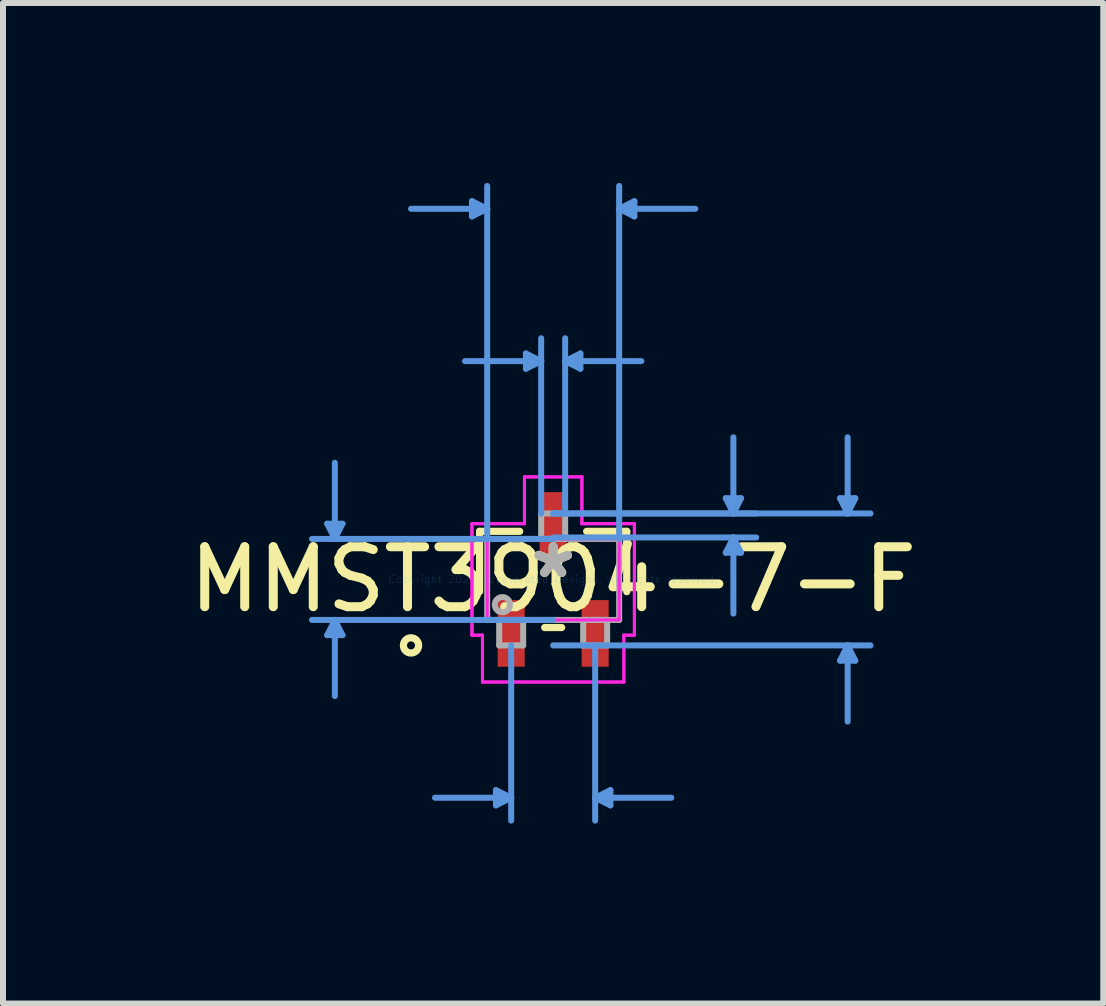
<source format=kicad_pcb>
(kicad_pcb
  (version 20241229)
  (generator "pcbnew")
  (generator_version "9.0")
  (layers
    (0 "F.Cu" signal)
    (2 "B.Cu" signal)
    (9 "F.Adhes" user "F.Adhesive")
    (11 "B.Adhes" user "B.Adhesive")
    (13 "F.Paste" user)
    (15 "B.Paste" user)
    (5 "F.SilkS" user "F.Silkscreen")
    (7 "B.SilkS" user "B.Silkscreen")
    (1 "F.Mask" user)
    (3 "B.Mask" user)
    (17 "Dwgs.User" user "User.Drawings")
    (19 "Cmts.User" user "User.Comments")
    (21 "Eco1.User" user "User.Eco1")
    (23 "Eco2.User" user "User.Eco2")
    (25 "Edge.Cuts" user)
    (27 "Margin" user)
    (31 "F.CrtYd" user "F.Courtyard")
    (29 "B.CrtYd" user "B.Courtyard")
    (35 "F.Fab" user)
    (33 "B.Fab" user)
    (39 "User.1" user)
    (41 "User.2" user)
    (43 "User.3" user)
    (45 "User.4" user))
  (footprint "MMST3904-7-F"
    (layer "F.Cu")
    (at 6.173 6.611)
    (property "Reference" "MMST3904-7-F" (at 0 0 0) (layer "F.SilkS") (effects (font (size 1 1) (thickness 0.15))))
    (attr through_hole)
    (fp_line (start -1.227 -0.802) (end -1.227 0.204) (stroke (width 0.12) (type solid)) (layer "F.SilkS"))
    (fp_line (start -0.558 -0.802) (end -1.227 -0.802) (stroke (width 0.12) (type solid)) (layer "F.SilkS"))
    (fp_line (start -0.142 0.802) (end 0.142 0.802) (stroke (width 0.12) (type solid)) (layer "F.SilkS"))
    (fp_line (start 1.227 -0.802) (end 0.558 -0.802) (stroke (width 0.12) (type solid)) (layer "F.SilkS"))
    (fp_line (start 1.227 0.204) (end 1.227 -0.802) (stroke (width 0.12) (type solid)) (layer "F.SilkS"))
    (fp_circle (center -2.37 1.1) (end -2.243 1.1) (stroke (width 0.12) (type solid)) (fill no) (layer "F.SilkS"))
    (fp_line (start -3.767 -0.929) (end -3.513 -0.929) (stroke (width 0.1) (type solid)) (layer "Cmts.User"))
    (fp_line (start -3.767 0.929) (end -3.513 0.929) (stroke (width 0.1) (type solid)) (layer "Cmts.User"))
    (fp_line (start -3.64 -0.675) (end -3.767 -0.929) (stroke (width 0.1) (type solid)) (layer "Cmts.User"))
    (fp_line (start -3.64 -0.675) (end -3.64 -1.945) (stroke (width 0.1) (type solid)) (layer "Cmts.User"))
    (fp_line (start -3.64 -0.675) (end -3.513 -0.929) (stroke (width 0.1) (type solid)) (layer "Cmts.User"))
    (fp_line (start -3.64 0.675) (end -3.767 0.929) (stroke (width 0.1) (type solid)) (layer "Cmts.User"))
    (fp_line (start -3.64 0.675) (end -3.64 1.945) (stroke (width 0.1) (type solid)) (layer "Cmts.User"))
    (fp_line (start -3.64 0.675) (end -3.513 0.929) (stroke (width 0.1) (type solid)) (layer "Cmts.User"))
    (fp_line (start -1.354 -6.307) (end -1.354 -6.053) (stroke (width 0.1) (type solid)) (layer "Cmts.User"))
    (fp_line (start -1.1 -6.18) (end -2.37 -6.18) (stroke (width 0.1) (type solid)) (layer "Cmts.User"))
    (fp_line (start -1.1 -6.18) (end -1.354 -6.307) (stroke (width 0.1) (type solid)) (layer "Cmts.User"))
    (fp_line (start -1.1 -6.18) (end -1.354 -6.053) (stroke (width 0.1) (type solid)) (layer "Cmts.User"))
    (fp_line (start -1.1 -0.675) (end -1.1 -6.561) (stroke (width 0.1) (type solid)) (layer "Cmts.User"))
    (fp_line (start -0.954 3.513) (end -0.954 3.767) (stroke (width 0.1) (type solid)) (layer "Cmts.User"))
    (fp_line (start -0.7 1.1) (end -0.7 4.021) (stroke (width 0.1) (type solid)) (layer "Cmts.User"))
    (fp_line (start -0.7 3.64) (end -1.97 3.64) (stroke (width 0.1) (type solid)) (layer "Cmts.User"))
    (fp_line (start -0.7 3.64) (end -0.954 3.513) (stroke (width 0.1) (type solid)) (layer "Cmts.User"))
    (fp_line (start -0.7 3.64) (end -0.954 3.767) (stroke (width 0.1) (type solid)) (layer "Cmts.User"))
    (fp_line (start -0.454 -3.767) (end -0.454 -3.513) (stroke (width 0.1) (type solid)) (layer "Cmts.User"))
    (fp_line (start -0.2 -3.64) (end -1.47 -3.64) (stroke (width 0.1) (type solid)) (layer "Cmts.User"))
    (fp_line (start -0.2 -3.64) (end -0.454 -3.767) (stroke (width 0.1) (type solid)) (layer "Cmts.User"))
    (fp_line (start -0.2 -3.64) (end -0.454 -3.513) (stroke (width 0.1) (type solid)) (layer "Cmts.User"))
    (fp_line (start -0.2 -1.1) (end -0.2 -4.021) (stroke (width 0.1) (type solid)) (layer "Cmts.User"))
    (fp_line (start 0 -1.1) (end 3.386 -1.1) (stroke (width 0.1) (type solid)) (layer "Cmts.User"))
    (fp_line (start 0 -1.1) (end 5.291 -1.1) (stroke (width 0.1) (type solid)) (layer "Cmts.User"))
    (fp_line (start 0 -0.7) (end 3.386 -0.7) (stroke (width 0.1) (type solid)) (layer "Cmts.User"))
    (fp_line (start 0 -0.675) (end -4.021 -0.675) (stroke (width 0.1) (type solid)) (layer "Cmts.User"))
    (fp_line (start 0 0.675) (end -4.021 0.675) (stroke (width 0.1) (type solid)) (layer "Cmts.User"))
    (fp_line (start 0 1.1) (end 5.291 1.1) (stroke (width 0.1) (type solid)) (layer "Cmts.User"))
    (fp_line (start 0.2 -3.64) (end 0.454 -3.767) (stroke (width 0.1) (type solid)) (layer "Cmts.User"))
    (fp_line (start 0.2 -3.64) (end 0.454 -3.513) (stroke (width 0.1) (type solid)) (layer "Cmts.User"))
    (fp_line (start 0.2 -3.64) (end 1.47 -3.64) (stroke (width 0.1) (type solid)) (layer "Cmts.User"))
    (fp_line (start 0.2 -1.1) (end 0.2 -4.021) (stroke (width 0.1) (type solid)) (layer "Cmts.User"))
    (fp_line (start 0.454 -3.767) (end 0.454 -3.513) (stroke (width 0.1) (type solid)) (layer "Cmts.User"))
    (fp_line (start 0.7 1.1) (end 0.7 4.021) (stroke (width 0.1) (type solid)) (layer "Cmts.User"))
    (fp_line (start 0.7 3.64) (end 0.954 3.513) (stroke (width 0.1) (type solid)) (layer "Cmts.User"))
    (fp_line (start 0.7 3.64) (end 0.954 3.767) (stroke (width 0.1) (type solid)) (layer "Cmts.User"))
    (fp_line (start 0.7 3.64) (end 1.97 3.64) (stroke (width 0.1) (type solid)) (layer "Cmts.User"))
    (fp_line (start 0.954 3.513) (end 0.954 3.767) (stroke (width 0.1) (type solid)) (layer "Cmts.User"))
    (fp_line (start 1.1 -6.18) (end 1.354 -6.307) (stroke (width 0.1) (type solid)) (layer "Cmts.User"))
    (fp_line (start 1.1 -6.18) (end 1.354 -6.053) (stroke (width 0.1) (type solid)) (layer "Cmts.User"))
    (fp_line (start 1.1 -6.18) (end 2.37 -6.18) (stroke (width 0.1) (type solid)) (layer "Cmts.User"))
    (fp_line (start 1.1 -0.675) (end 1.1 -6.561) (stroke (width 0.1) (type solid)) (layer "Cmts.User"))
    (fp_line (start 1.354 -6.307) (end 1.354 -6.053) (stroke (width 0.1) (type solid)) (layer "Cmts.User"))
    (fp_line (start 2.878 -1.354) (end 3.132 -1.354) (stroke (width 0.1) (type solid)) (layer "Cmts.User"))
    (fp_line (start 2.878 -0.446) (end 3.132 -0.446) (stroke (width 0.1) (type solid)) (layer "Cmts.User"))
    (fp_line (start 3.005 -1.1) (end 2.878 -1.354) (stroke (width 0.1) (type solid)) (layer "Cmts.User"))
    (fp_line (start 3.005 -1.1) (end 3.005 -2.37) (stroke (width 0.1) (type solid)) (layer "Cmts.User"))
    (fp_line (start 3.005 -1.1) (end 3.132 -1.354) (stroke (width 0.1) (type solid)) (layer "Cmts.User"))
    (fp_line (start 3.005 -0.7) (end 2.878 -0.446) (stroke (width 0.1) (type solid)) (layer "Cmts.User"))
    (fp_line (start 3.005 -0.7) (end 3.005 0.57) (stroke (width 0.1) (type solid)) (layer "Cmts.User"))
    (fp_line (start 3.005 -0.7) (end 3.132 -0.446) (stroke (width 0.1) (type solid)) (layer "Cmts.User"))
    (fp_line (start 4.783 -1.354) (end 5.037 -1.354) (stroke (width 0.1) (type solid)) (layer "Cmts.User"))
    (fp_line (start 4.783 1.354) (end 5.037 1.354) (stroke (width 0.1) (type solid)) (layer "Cmts.User"))
    (fp_line (start 4.91 -1.1) (end 4.783 -1.354) (stroke (width 0.1) (type solid)) (layer "Cmts.User"))
    (fp_line (start 4.91 -1.1) (end 4.91 -2.37) (stroke (width 0.1) (type solid)) (layer "Cmts.User"))
    (fp_line (start 4.91 -1.1) (end 5.037 -1.354) (stroke (width 0.1) (type solid)) (layer "Cmts.User"))
    (fp_line (start 4.91 1.1) (end 4.783 1.354) (stroke (width 0.1) (type solid)) (layer "Cmts.User"))
    (fp_line (start 4.91 1.1) (end 4.91 2.37) (stroke (width 0.1) (type solid)) (layer "Cmts.User"))
    (fp_line (start 4.91 1.1) (end 5.037 1.354) (stroke (width 0.1) (type solid)) (layer "Cmts.User"))
    (fp_line (start -1.354 -0.929) (end -0.479 -0.929) (stroke (width 0.05) (type solid)) (layer "F.CrtYd"))
    (fp_line (start -1.354 -0.929) (end -0.479 -0.929) (stroke (width 0.05) (type solid)) (layer "F.CrtYd"))
    (fp_line (start -1.354 0.929) (end -1.354 -0.929) (stroke (width 0.05) (type solid)) (layer "F.CrtYd"))
    (fp_line (start -1.354 0.929) (end -1.354 -0.929) (stroke (width 0.05) (type solid)) (layer "F.CrtYd"))
    (fp_line (start -1.354 0.929) (end -1.179 0.929) (stroke (width 0.05) (type solid)) (layer "F.CrtYd"))
    (fp_line (start -1.179 0.929) (end -1.354 0.929) (stroke (width 0.05) (type solid)) (layer "F.CrtYd"))
    (fp_line (start -1.179 0.929) (end -1.179 1.71) (stroke (width 0.05) (type solid)) (layer "F.CrtYd"))
    (fp_line (start -1.179 1.71) (end -1.179 0.929) (stroke (width 0.05) (type solid)) (layer "F.CrtYd"))
    (fp_line (start -1.179 1.71) (end 1.179 1.71) (stroke (width 0.05) (type solid)) (layer "F.CrtYd"))
    (fp_line (start -1.1 -0.675) (end 1.1 -0.675) (stroke (width 0.05) (type solid)) (layer "F.CrtYd"))
    (fp_line (start -1.1 0.675) (end -1.1 -0.675) (stroke (width 0.05) (type solid)) (layer "F.CrtYd"))
    (fp_line (start -0.479 -1.71) (end 0.479 -1.71) (stroke (width 0.05) (type solid)) (layer "F.CrtYd"))
    (fp_line (start -0.479 -1.71) (end 0.479 -1.71) (stroke (width 0.05) (type solid)) (layer "F.CrtYd"))
    (fp_line (start -0.479 -0.929) (end -0.479 -1.71) (stroke (width 0.05) (type solid)) (layer "F.CrtYd"))
    (fp_line (start -0.479 -0.929) (end -0.479 -1.71) (stroke (width 0.05) (type solid)) (layer "F.CrtYd"))
    (fp_line (start 0.479 -1.71) (end 0.479 -0.929) (stroke (width 0.05) (type solid)) (layer "F.CrtYd"))
    (fp_line (start 0.479 -0.929) (end 0.479 -1.71) (stroke (width 0.05) (type solid)) (layer "F.CrtYd"))
    (fp_line (start 0.479 -0.929) (end 1.354 -0.929) (stroke (width 0.05) (type solid)) (layer "F.CrtYd"))
    (fp_line (start 1.1 -0.675) (end 1.1 0.675) (stroke (width 0.05) (type solid)) (layer "F.CrtYd"))
    (fp_line (start 1.1 0.675) (end -1.1 0.675) (stroke (width 0.05) (type solid)) (layer "F.CrtYd"))
    (fp_line (start 1.179 0.929) (end 1.179 1.71) (stroke (width 0.05) (type solid)) (layer "F.CrtYd"))
    (fp_line (start 1.179 0.929) (end 1.179 1.71) (stroke (width 0.05) (type solid)) (layer "F.CrtYd"))
    (fp_line (start 1.179 1.71) (end -1.179 1.71) (stroke (width 0.05) (type solid)) (layer "F.CrtYd"))
    (fp_line (start 1.354 -0.929) (end 0.479 -0.929) (stroke (width 0.05) (type solid)) (layer "F.CrtYd"))
    (fp_line (start 1.354 -0.929) (end 1.354 0.929) (stroke (width 0.05) (type solid)) (layer "F.CrtYd"))
    (fp_line (start 1.354 -0.929) (end 1.354 0.929) (stroke (width 0.05) (type solid)) (layer "F.CrtYd"))
    (fp_line (start 1.354 0.929) (end 1.179 0.929) (stroke (width 0.05) (type solid)) (layer "F.CrtYd"))
    (fp_line (start 1.354 0.929) (end 1.179 0.929) (stroke (width 0.05) (type solid)) (layer "F.CrtYd"))
    (fp_line (start -1.1 -0.675) (end -1.1 0.675) (stroke (width 0.1) (type solid)) (layer "F.Fab"))
    (fp_line (start -1.1 0.675) (end 1.1 0.675) (stroke (width 0.1) (type solid)) (layer "F.Fab"))
    (fp_line (start -0.9 0.675) (end -0.9 1.1) (stroke (width 0.1) (type solid)) (layer "F.Fab"))
    (fp_line (start -0.9 1.1) (end -0.5 1.1) (stroke (width 0.1) (type solid)) (layer "F.Fab"))
    (fp_line (start -0.5 0.675) (end -0.9 0.675) (stroke (width 0.1) (type solid)) (layer "F.Fab"))
    (fp_line (start -0.5 1.1) (end -0.5 0.675) (stroke (width 0.1) (type solid)) (layer "F.Fab"))
    (fp_line (start -0.2 -1.1) (end -0.2 -0.675) (stroke (width 0.1) (type solid)) (layer "F.Fab"))
    (fp_line (start -0.2 -0.675) (end 0.2 -0.675) (stroke (width 0.1) (type solid)) (layer "F.Fab"))
    (fp_line (start 0.2 -1.1) (end -0.2 -1.1) (stroke (width 0.1) (type solid)) (layer "F.Fab"))
    (fp_line (start 0.2 -0.675) (end 0.2 -1.1) (stroke (width 0.1) (type solid)) (layer "F.Fab"))
    (fp_line (start 0.5 0.675) (end 0.5 1.1) (stroke (width 0.1) (type solid)) (layer "F.Fab"))
    (fp_line (start 0.5 1.1) (end 0.9 1.1) (stroke (width 0.1) (type solid)) (layer "F.Fab"))
    (fp_line (start 0.9 0.675) (end 0.5 0.675) (stroke (width 0.1) (type solid)) (layer "F.Fab"))
    (fp_line (start 0.9 1.1) (end 0.9 0.675) (stroke (width 0.1) (type solid)) (layer "F.Fab"))
    (fp_line (start 1.1 -0.675) (end -1.1 -0.675) (stroke (width 0.1) (type solid)) (layer "F.Fab"))
    (fp_line (start 1.1 0.675) (end 1.1 -0.675) (stroke (width 0.1) (type solid)) (layer "F.Fab"))
    (fp_circle (center -0.846 0.421) (end -0.719 0.421) (stroke (width 0.1) (type solid)) (fill no) (layer "F.Fab"))
    (fp_text user "*" (at 0 0 0) (layer "F.SilkS") (effects (font (size 1 1) (thickness 0.15))))
    (fp_text user "Copyright 2021 Accelerated Designs. All rights reserved." (at 0 0 0) (layer "Cmts.User") (effects (font (size 0.127 0.127) (thickness 0.002))))
    (fp_text user "*" (at 0 0 0) (layer "F.Fab") (effects (font (size 1 1) (thickness 0.15))))
    (pad "1" smd rect (at -0.7 0.9) (size 0.451 1.111) (layers "F.Cu" "F.Mask" "F.Paste"))
    (pad "2" smd rect (at 0.7 0.9) (size 0.451 1.111) (layers "F.Cu" "F.Mask" "F.Paste"))
    (pad "3" smd rect (at 0 -0.9) (size 0.451 1.111) (layers "F.Cu" "F.Mask" "F.Paste")))
  (gr_rect
    (start -3 -3)
    (end 15.345 13.682)
    (stroke (width 0.1) (type default))
    (fill no)
    (layer "Edge.Cuts")))
</source>
